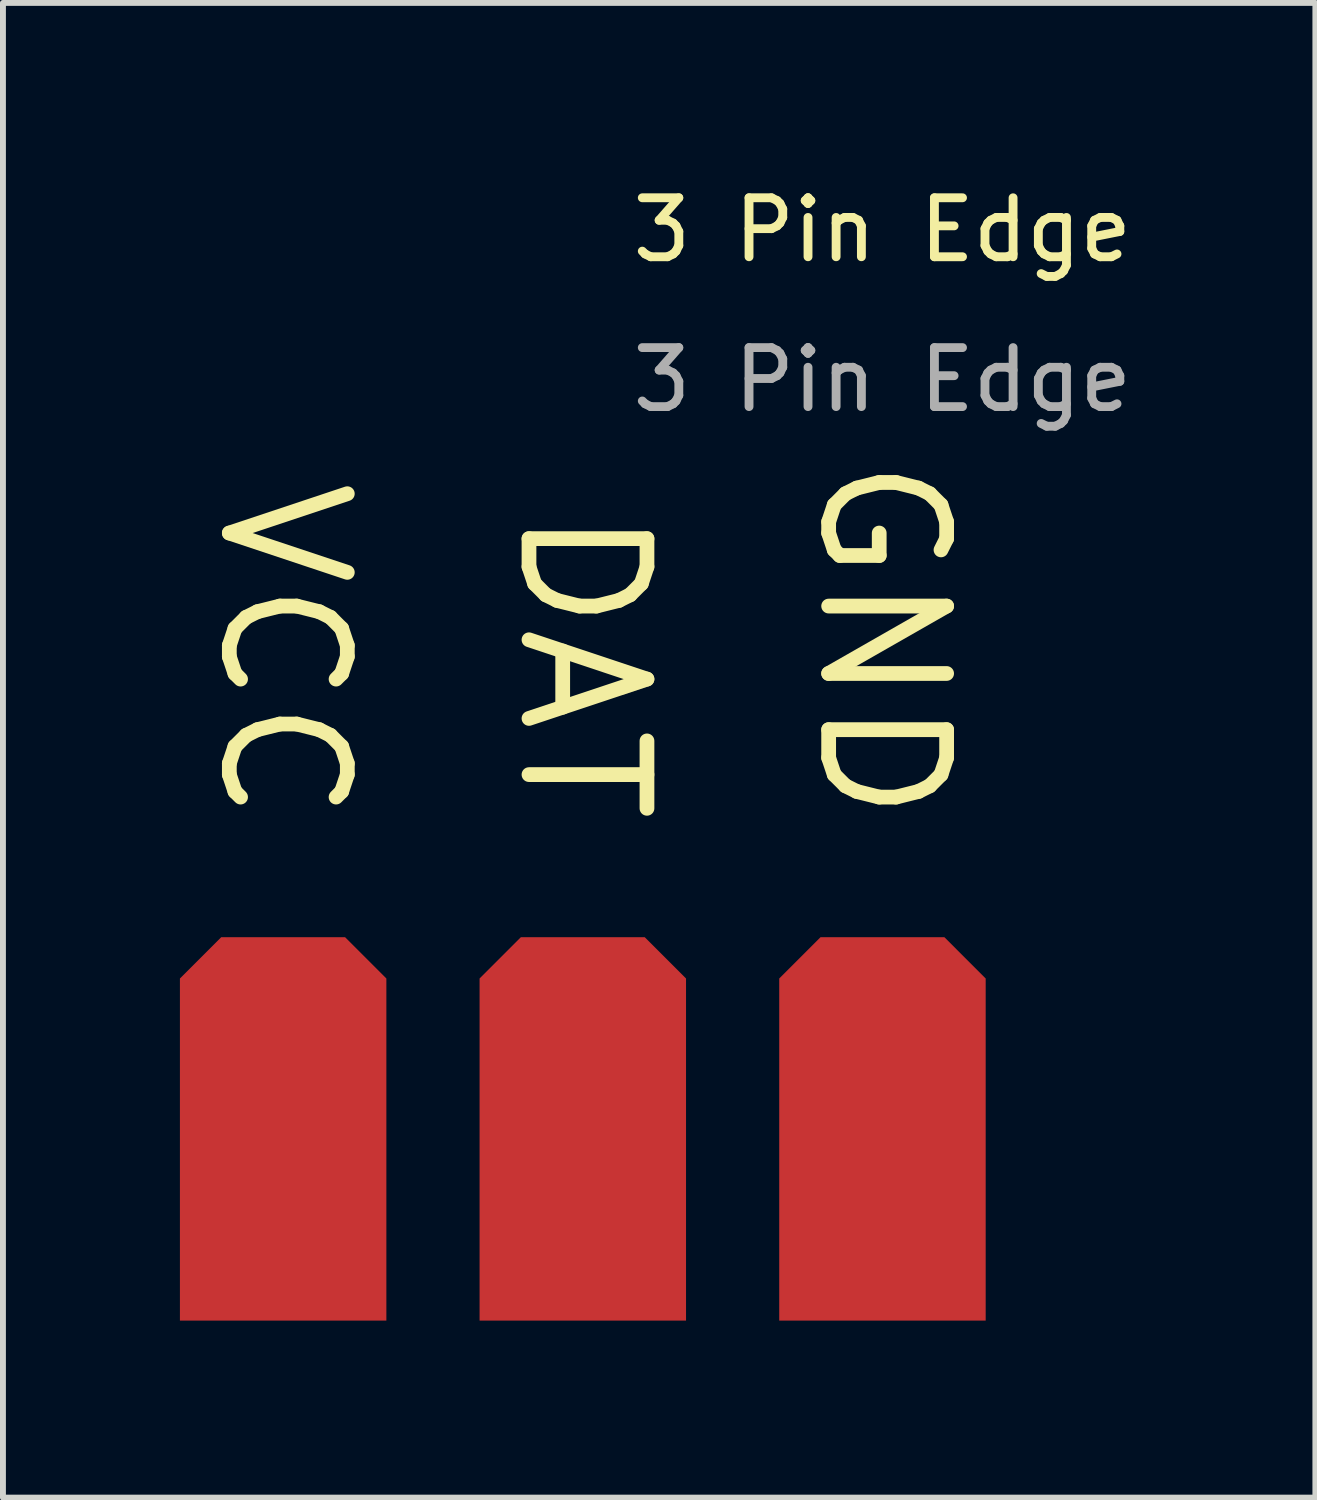
<source format=kicad_pcb>
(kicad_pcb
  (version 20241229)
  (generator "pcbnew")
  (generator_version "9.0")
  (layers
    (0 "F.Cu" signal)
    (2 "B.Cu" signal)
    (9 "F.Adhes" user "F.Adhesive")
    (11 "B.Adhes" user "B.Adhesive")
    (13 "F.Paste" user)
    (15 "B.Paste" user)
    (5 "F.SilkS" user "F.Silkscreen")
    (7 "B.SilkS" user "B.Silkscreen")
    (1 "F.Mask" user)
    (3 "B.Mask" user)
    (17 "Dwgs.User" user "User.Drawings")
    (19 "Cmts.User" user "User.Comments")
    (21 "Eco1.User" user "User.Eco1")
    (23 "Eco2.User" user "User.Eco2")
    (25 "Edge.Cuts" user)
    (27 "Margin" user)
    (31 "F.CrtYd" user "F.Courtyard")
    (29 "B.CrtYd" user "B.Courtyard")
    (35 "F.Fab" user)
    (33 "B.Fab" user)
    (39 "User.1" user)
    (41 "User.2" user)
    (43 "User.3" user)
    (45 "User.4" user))
  (footprint "3 Pin Edge"
    (layer "F.Cu")
    (at 6.83 16.088)
    (property "Reference" "3 Pin Edge" (at 5.08 -15.24 0) (unlocked yes) (layer "F.SilkS") (effects (font (size 1 1) (thickness 0.15))))
    (attr smd)
    (fp_text user "GND" (at 5.08 -5.08 270) (unlocked yes) (layer "F.SilkS") (effects (font (size 2 2) (thickness 0.25)) (justify right)))
    (fp_text user "DAT" (at 0 -5.08 270) (unlocked yes) (layer "F.SilkS") (effects (font (size 2 2) (thickness 0.25)) (justify right)))
    (fp_text user "VCC" (at -5.08 -5.08 270) (unlocked yes) (layer "F.SilkS") (effects (font (size 2 2) (thickness 0.25)) (justify right)))
    (fp_text user "${REFERENCE}" (at 5.08 -12.7 0) (unlocked yes) (layer "F.Fab") (effects (font (size 1 1) (thickness 0.15))))
    (pad "1" connect roundrect (at -5.08 0) (size 3.5 6.5) (layers "F.Cu" "F.Mask") (roundrect_rratio 0) (chamfer_ratio 0.2) (chamfer top_left top_right))
    (pad "2" connect roundrect (at 0 0) (size 3.5 6.5) (layers "F.Cu" "F.Mask") (roundrect_rratio 0) (chamfer_ratio 0.2) (chamfer top_left top_right))
    (pad "3" connect roundrect (at 5.08 0) (size 3.5 6.5) (layers "F.Cu" "F.Mask") (roundrect_rratio 0) (chamfer_ratio 0.2) (chamfer top_left top_right)))
  (gr_rect
    (start -3 -3)
    (end 19.249 22.338)
    (stroke (width 0.1) (type default))
    (fill no)
    (layer "Edge.Cuts")))
</source>
